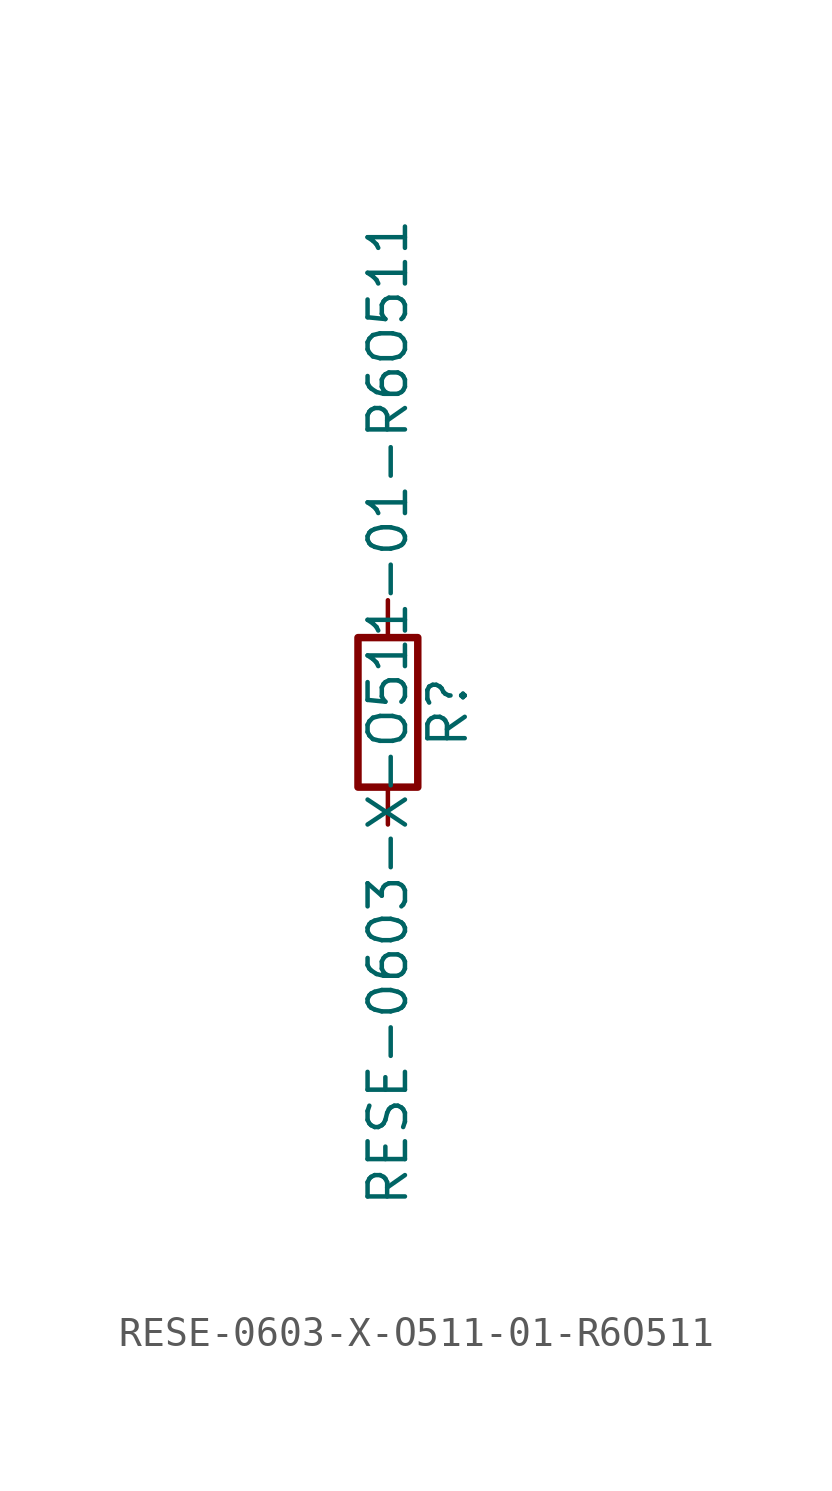
<source format=kicad_sym>
(kicad_symbol_lib
  (version 20211014)
  (generator kicad_symbol_editor)
  (symbol "RESE-0603-X-O511-01-R6O511"
    (pin_numbers hide)
    (pin_names
      (offset 0))
    (property "Reference" "R"
      (at 2.032 0 90)
      (effects (font (size 1.27 1.27))))
    (property "Value" "RESE-0603-X-O511-01-R6O511"
      (at 0 0 90)
      (effects (font (size 1.27 1.27))))
    (symbol "RESE-0603-X-O511-01-R6O511_0_1"
      (rectangle (start -1.016 -2.54) (end 1.016 2.54) (stroke (width 0.254) (type default) (color 0 0 0 0)) (fill (type none))))
    (symbol "RESE-0603-X-O511-01-R6O511_1_1"
      (pin passive line (at 0 3.81 270) (length 1.27) (name "~" (effects (font (size 1.27 1.27)))) (number "1" (effects (font (size 1.27 1.27)))))
      (pin passive line (at 0 -3.81 90) (length 1.27) (name "~" (effects (font (size 1.27 1.27)))) (number "2" (effects (font (size 1.27 1.27))))))))
</source>
